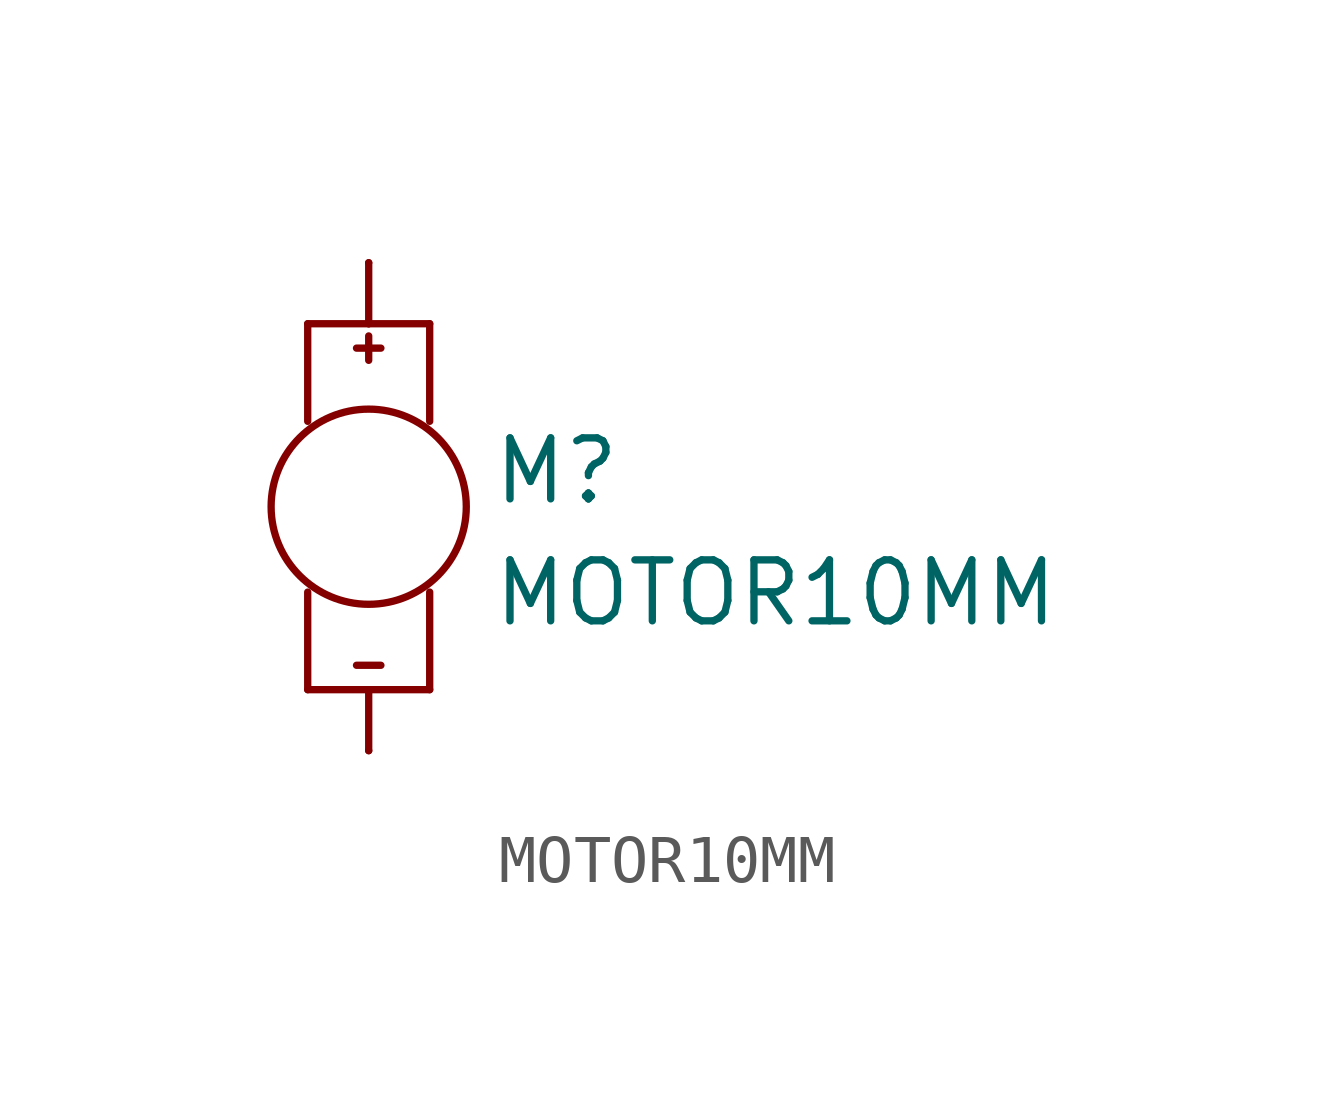
<source format=kicad_sym>
(kicad_symbol_lib
  (version 20211014)
  (generator kicad_symbol_editor)
  (symbol "MOTOR10MM"
    (pin_numbers hide)
    (pin_names
      (offset 1.016) hide)
    (property "Reference" "M"
      (at 2.54 0 0)
      (effects (font (size 1.27 1.27)) (justify left bottom)))
    (property "Value" "MOTOR10MM"
      (at 2.54 -2.54 0)
      (effects (font (size 1.27 1.27)) (justify left bottom)))
    (property "ki_locked" ""
      (at 0 0 0)
      (effects (font (size 1.27 1.27))))
    (symbol "MOTOR10MM_1_0"
      (polyline (pts (xy -1.27 -3.81) (xy -1.27 -1.778)) (stroke (width 0) (type default) (color 0 0 0 0)) (fill (type none)))
      (polyline (pts (xy -1.27 3.81) (xy -1.27 1.778)) (stroke (width 0) (type default) (color 0 0 0 0)) (fill (type none)))
      (polyline (pts (xy -1.27 3.81) (xy 0 3.81)) (stroke (width 0) (type default) (color 0 0 0 0)) (fill (type none)))
      (polyline (pts (xy 0 -5.08) (xy 0 -3.81)) (stroke (width 0) (type default) (color 0 0 0 0)) (fill (type none)))
      (polyline (pts (xy 0 -3.81) (xy -1.27 -3.81)) (stroke (width 0) (type default) (color 0 0 0 0)) (fill (type none)))
      (polyline (pts (xy 0 3.556) (xy 0 3.048)) (stroke (width 0) (type default) (color 0 0 0 0)) (fill (type none)))
      (polyline (pts (xy 0 3.81) (xy 1.27 3.81)) (stroke (width 0) (type default) (color 0 0 0 0)) (fill (type none)))
      (polyline (pts (xy 0 5.08) (xy 0 3.81)) (stroke (width 0) (type default) (color 0 0 0 0)) (fill (type none)))
      (polyline (pts (xy 0.254 -3.302) (xy -0.254 -3.302)) (stroke (width 0) (type default) (color 0 0 0 0)) (fill (type none)))
      (polyline (pts (xy 0.254 3.302) (xy -0.254 3.302)) (stroke (width 0) (type default) (color 0 0 0 0)) (fill (type none)))
      (polyline (pts (xy 1.27 -3.81) (xy 0 -3.81)) (stroke (width 0) (type default) (color 0 0 0 0)) (fill (type none)))
      (polyline (pts (xy 1.27 -3.81) (xy 1.27 -1.778)) (stroke (width 0) (type default) (color 0 0 0 0)) (fill (type none)))
      (polyline (pts (xy 1.27 3.81) (xy 1.27 1.778)) (stroke (width 0) (type default) (color 0 0 0 0)) (fill (type none))))
    (symbol "MOTOR10MM_1_1"
      (circle (center 0 0) (radius 2.032) (stroke (width 0) (type default) (color 0 0 0 0)) (fill (type none)))
      (pin bidirectional line (at 0 5.08 270) (length 0) (name "+" (effects (font (size 1.016 1.016)))) (number "+" (effects (font (size 1.016 1.016)))))
      (pin bidirectional line (at 0 -5.08 270) (length 0) (name "-" (effects (font (size 1.016 1.016)))) (number "-" (effects (font (size 1.016 1.016))))))))
</source>
